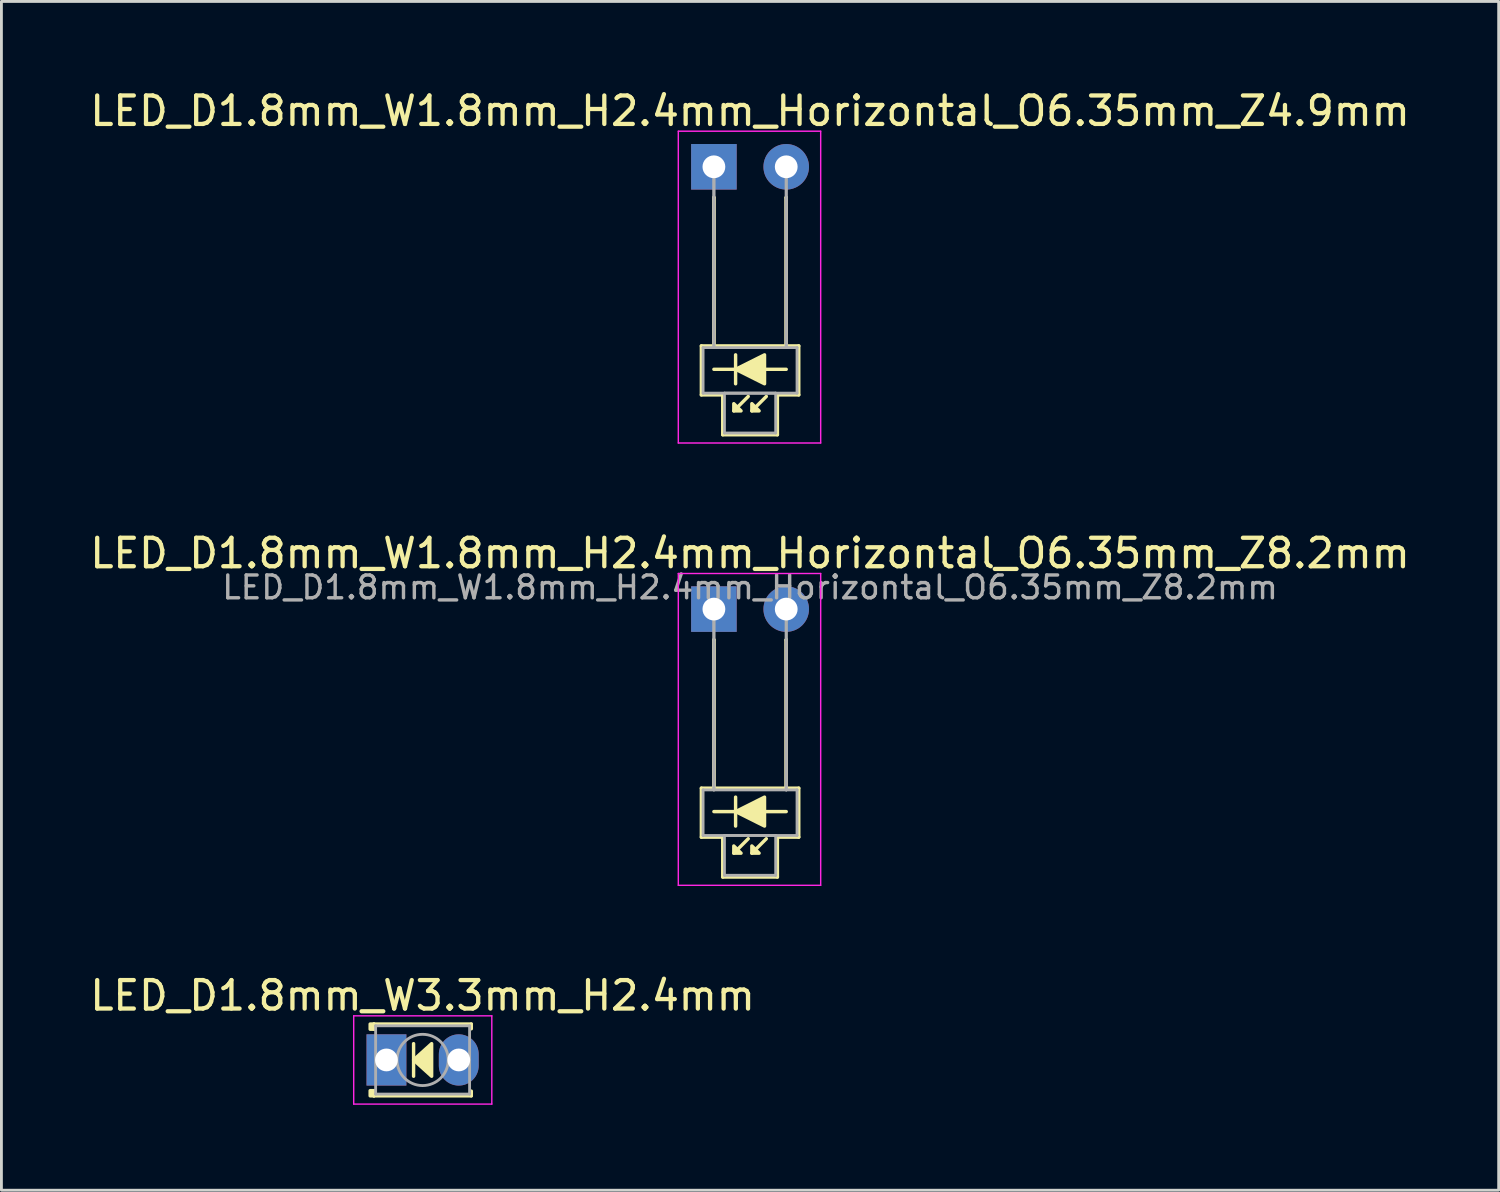
<source format=kicad_pcb>
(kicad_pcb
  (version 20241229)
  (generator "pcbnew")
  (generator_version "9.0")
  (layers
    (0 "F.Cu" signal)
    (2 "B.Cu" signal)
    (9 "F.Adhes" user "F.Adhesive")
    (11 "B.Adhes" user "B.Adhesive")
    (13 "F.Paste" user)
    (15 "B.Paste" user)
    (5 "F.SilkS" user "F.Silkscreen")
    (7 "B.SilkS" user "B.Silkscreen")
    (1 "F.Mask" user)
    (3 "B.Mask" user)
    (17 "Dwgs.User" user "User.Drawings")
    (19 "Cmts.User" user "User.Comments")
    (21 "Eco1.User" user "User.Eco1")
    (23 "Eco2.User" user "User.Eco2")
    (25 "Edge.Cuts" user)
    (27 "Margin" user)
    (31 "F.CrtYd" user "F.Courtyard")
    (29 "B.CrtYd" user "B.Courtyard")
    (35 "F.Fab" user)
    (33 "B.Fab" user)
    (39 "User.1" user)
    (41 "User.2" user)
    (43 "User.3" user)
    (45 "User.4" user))
  (footprint "LED_D1.8mm_W1.8mm_H2.4mm_Horizontal_O6.35mm_Z4.9mm"
    (layer "F.Cu")
    (at 22.022 2.808)
    (property "Reference" "LED_D1.8mm_W1.8mm_H2.4mm_Horizontal_O6.35mm_Z4.9mm" (at 1.27 -1.96 0) (layer "F.SilkS") (effects (font (size 1 1) (thickness 0.15))))
    (fp_line (start -0.44 6.29) (end -0.44 8.01) (stroke (width 0.12) (type solid)) (layer "F.SilkS"))
    (fp_line (start 0 1.08) (end 0 1.08) (stroke (width 0.12) (type solid)) (layer "F.SilkS"))
    (fp_line (start 0 1.08) (end 0 6.29) (stroke (width 0.12) (type solid)) (layer "F.SilkS"))
    (fp_line (start 0 6.29) (end 0 1.08) (stroke (width 0.12) (type solid)) (layer "F.SilkS"))
    (fp_line (start 0 6.29) (end 0 6.29) (stroke (width 0.12) (type solid)) (layer "F.SilkS"))
    (fp_line (start 0.31 8.01) (end -0.44 8.01) (stroke (width 0.12) (type solid)) (layer "F.SilkS"))
    (fp_line (start 0.31 8.01) (end 0.31 9.41) (stroke (width 0.12) (type solid)) (layer "F.SilkS"))
    (fp_line (start 0.31 9.41) (end 2.23 9.41) (stroke (width 0.12) (type solid)) (layer "F.SilkS"))
    (fp_line (start 0.762 6.604) (end 0.762 7.62) (stroke (width 0.12) (type solid)) (layer "F.SilkS"))
    (fp_line (start 1.206 8.065) (end 0.699 8.572) (stroke (width 0.12) (type solid)) (layer "F.SilkS"))
    (fp_line (start 1.841 8.065) (end 1.333 8.572) (stroke (width 0.12) (type solid)) (layer "F.SilkS"))
    (fp_line (start 2.23 9.41) (end 2.23 8.01) (stroke (width 0.12) (type solid)) (layer "F.SilkS"))
    (fp_line (start 2.54 1.08) (end 2.54 1.08) (stroke (width 0.12) (type solid)) (layer "F.SilkS"))
    (fp_line (start 2.54 1.08) (end 2.54 6.29) (stroke (width 0.12) (type solid)) (layer "F.SilkS"))
    (fp_line (start 2.54 6.29) (end 2.54 1.08) (stroke (width 0.12) (type solid)) (layer "F.SilkS"))
    (fp_line (start 2.54 6.29) (end 2.54 6.29) (stroke (width 0.12) (type solid)) (layer "F.SilkS"))
    (fp_line (start 2.54 7.112) (end 0 7.112) (stroke (width 0.12) (type solid)) (layer "F.SilkS"))
    (fp_line (start 2.98 6.29) (end -0.44 6.29) (stroke (width 0.12) (type solid)) (layer "F.SilkS"))
    (fp_line (start 2.98 8.01) (end 2.23 8.01) (stroke (width 0.12) (type solid)) (layer "F.SilkS"))
    (fp_line (start 2.98 8.01) (end 2.98 6.29) (stroke (width 0.12) (type solid)) (layer "F.SilkS"))
    (fp_poly (pts (xy 0.699 8.319) (xy 0.953 8.572) (xy 0.699 8.572)) (stroke (width 0.12) (type solid)) (fill yes) (layer "F.SilkS"))
    (fp_poly (pts (xy 1.333 8.319) (xy 1.587 8.572) (xy 1.333 8.572)) (stroke (width 0.12) (type solid)) (fill yes) (layer "F.SilkS"))
    (fp_poly (pts (xy 1.778 7.62) (xy 0.762 7.112) (xy 1.778 6.604)) (stroke (width 0.12) (type solid)) (fill yes) (layer "F.SilkS"))
    (fp_line (start -1.25 -1.25) (end -1.25 9.7) (stroke (width 0.05) (type solid)) (layer "F.CrtYd"))
    (fp_line (start -1.25 9.7) (end 3.75 9.7) (stroke (width 0.05) (type solid)) (layer "F.CrtYd"))
    (fp_line (start 3.75 -1.25) (end -1.25 -1.25) (stroke (width 0.05) (type solid)) (layer "F.CrtYd"))
    (fp_line (start 3.75 9.7) (end 3.75 -1.25) (stroke (width 0.05) (type solid)) (layer "F.CrtYd"))
    (fp_line (start -0.38 6.35) (end -0.38 7.95) (stroke (width 0.1) (type solid)) (layer "F.Fab"))
    (fp_line (start -0.38 7.95) (end 2.92 7.95) (stroke (width 0.1) (type solid)) (layer "F.Fab"))
    (fp_line (start 0 0) (end 0 0) (stroke (width 0.1) (type solid)) (layer "F.Fab"))
    (fp_line (start 0 0) (end 0 6.35) (stroke (width 0.1) (type solid)) (layer "F.Fab"))
    (fp_line (start 0 6.35) (end 0 0) (stroke (width 0.1) (type solid)) (layer "F.Fab"))
    (fp_line (start 0 6.35) (end 0 6.35) (stroke (width 0.1) (type solid)) (layer "F.Fab"))
    (fp_line (start 0.37 7.95) (end 0.37 9.35) (stroke (width 0.1) (type solid)) (layer "F.Fab"))
    (fp_line (start 0.37 9.35) (end 2.17 9.35) (stroke (width 0.1) (type solid)) (layer "F.Fab"))
    (fp_line (start 2.17 7.95) (end 0.37 7.95) (stroke (width 0.1) (type solid)) (layer "F.Fab"))
    (fp_line (start 2.17 9.35) (end 2.17 7.95) (stroke (width 0.1) (type solid)) (layer "F.Fab"))
    (fp_line (start 2.54 0) (end 2.54 0) (stroke (width 0.1) (type solid)) (layer "F.Fab"))
    (fp_line (start 2.54 0) (end 2.54 6.35) (stroke (width 0.1) (type solid)) (layer "F.Fab"))
    (fp_line (start 2.54 6.35) (end 2.54 0) (stroke (width 0.1) (type solid)) (layer "F.Fab"))
    (fp_line (start 2.54 6.35) (end 2.54 6.35) (stroke (width 0.1) (type solid)) (layer "F.Fab"))
    (fp_line (start 2.92 6.35) (end -0.38 6.35) (stroke (width 0.1) (type solid)) (layer "F.Fab"))
    (fp_line (start 2.92 7.95) (end 2.92 6.35) (stroke (width 0.1) (type solid)) (layer "F.Fab"))
    (pad "1" thru_hole rect (at 0 0) (size 1.6 1.6) (drill 0.8) (layers "*.Cu" "*.Mask"))
    (pad "2" thru_hole circle (at 2.54 0) (size 1.6 1.6) (drill 0.8) (layers "*.Cu" "*.Mask")))
  (footprint "LED_D1.8mm_W1.8mm_H2.4mm_Horizontal_O6.35mm_Z8.2mm"
    (layer "F.Cu")
    (at 22.022 18.341)
    (property "Reference" "LED_D1.8mm_W1.8mm_H2.4mm_Horizontal_O6.35mm_Z8.2mm" (at 1.27 -1.96 0) (layer "F.SilkS") (effects (font (size 1 1) (thickness 0.15))))
    (fp_line (start -0.44 6.29) (end -0.44 8.01) (stroke (width 0.12) (type solid)) (layer "F.SilkS"))
    (fp_line (start 0 1.08) (end 0 1.08) (stroke (width 0.12) (type solid)) (layer "F.SilkS"))
    (fp_line (start 0 1.08) (end 0 6.29) (stroke (width 0.12) (type solid)) (layer "F.SilkS"))
    (fp_line (start 0 6.29) (end 0 1.08) (stroke (width 0.12) (type solid)) (layer "F.SilkS"))
    (fp_line (start 0 6.29) (end 0 6.29) (stroke (width 0.12) (type solid)) (layer "F.SilkS"))
    (fp_line (start 0.31 8.01) (end -0.44 8.01) (stroke (width 0.12) (type solid)) (layer "F.SilkS"))
    (fp_line (start 0.31 8.01) (end 0.31 9.41) (stroke (width 0.12) (type solid)) (layer "F.SilkS"))
    (fp_line (start 0.31 9.41) (end 2.23 9.41) (stroke (width 0.12) (type solid)) (layer "F.SilkS"))
    (fp_line (start 0.762 6.604) (end 0.762 7.62) (stroke (width 0.12) (type solid)) (layer "F.SilkS"))
    (fp_line (start 1.206 8.065) (end 0.699 8.572) (stroke (width 0.12) (type solid)) (layer "F.SilkS"))
    (fp_line (start 1.841 8.065) (end 1.333 8.572) (stroke (width 0.12) (type solid)) (layer "F.SilkS"))
    (fp_line (start 2.23 9.41) (end 2.23 8.01) (stroke (width 0.12) (type solid)) (layer "F.SilkS"))
    (fp_line (start 2.54 1.08) (end 2.54 1.08) (stroke (width 0.12) (type solid)) (layer "F.SilkS"))
    (fp_line (start 2.54 1.08) (end 2.54 6.29) (stroke (width 0.12) (type solid)) (layer "F.SilkS"))
    (fp_line (start 2.54 6.29) (end 2.54 1.08) (stroke (width 0.12) (type solid)) (layer "F.SilkS"))
    (fp_line (start 2.54 6.29) (end 2.54 6.29) (stroke (width 0.12) (type solid)) (layer "F.SilkS"))
    (fp_line (start 2.54 7.112) (end 0 7.112) (stroke (width 0.12) (type solid)) (layer "F.SilkS"))
    (fp_line (start 2.98 6.29) (end -0.44 6.29) (stroke (width 0.12) (type solid)) (layer "F.SilkS"))
    (fp_line (start 2.98 8.01) (end 2.23 8.01) (stroke (width 0.12) (type solid)) (layer "F.SilkS"))
    (fp_line (start 2.98 8.01) (end 2.98 6.29) (stroke (width 0.12) (type solid)) (layer "F.SilkS"))
    (fp_poly (pts (xy 0.699 8.319) (xy 0.953 8.572) (xy 0.699 8.572)) (stroke (width 0.12) (type solid)) (fill yes) (layer "F.SilkS"))
    (fp_poly (pts (xy 1.333 8.319) (xy 1.587 8.572) (xy 1.333 8.572)) (stroke (width 0.12) (type solid)) (fill yes) (layer "F.SilkS"))
    (fp_poly (pts (xy 1.778 7.62) (xy 0.762 7.112) (xy 1.778 6.604)) (stroke (width 0.12) (type solid)) (fill yes) (layer "F.SilkS"))
    (fp_line (start -1.25 -1.25) (end -1.25 9.7) (stroke (width 0.05) (type solid)) (layer "F.CrtYd"))
    (fp_line (start -1.25 9.7) (end 3.75 9.7) (stroke (width 0.05) (type solid)) (layer "F.CrtYd"))
    (fp_line (start 3.75 -1.25) (end -1.25 -1.25) (stroke (width 0.05) (type solid)) (layer "F.CrtYd"))
    (fp_line (start 3.75 9.7) (end 3.75 -1.25) (stroke (width 0.05) (type solid)) (layer "F.CrtYd"))
    (fp_line (start -0.38 6.35) (end -0.38 7.95) (stroke (width 0.1) (type solid)) (layer "F.Fab"))
    (fp_line (start -0.38 7.95) (end 2.92 7.95) (stroke (width 0.1) (type solid)) (layer "F.Fab"))
    (fp_line (start 0 0) (end 0 0) (stroke (width 0.1) (type solid)) (layer "F.Fab"))
    (fp_line (start 0 0) (end 0 6.35) (stroke (width 0.1) (type solid)) (layer "F.Fab"))
    (fp_line (start 0 6.35) (end 0 0) (stroke (width 0.1) (type solid)) (layer "F.Fab"))
    (fp_line (start 0 6.35) (end 0 6.35) (stroke (width 0.1) (type solid)) (layer "F.Fab"))
    (fp_line (start 0.37 7.95) (end 0.37 9.35) (stroke (width 0.1) (type solid)) (layer "F.Fab"))
    (fp_line (start 0.37 9.35) (end 2.17 9.35) (stroke (width 0.1) (type solid)) (layer "F.Fab"))
    (fp_line (start 2.17 7.95) (end 0.37 7.95) (stroke (width 0.1) (type solid)) (layer "F.Fab"))
    (fp_line (start 2.17 9.35) (end 2.17 7.95) (stroke (width 0.1) (type solid)) (layer "F.Fab"))
    (fp_line (start 2.54 0) (end 2.54 0) (stroke (width 0.1) (type solid)) (layer "F.Fab"))
    (fp_line (start 2.54 0) (end 2.54 6.35) (stroke (width 0.1) (type solid)) (layer "F.Fab"))
    (fp_line (start 2.54 6.35) (end 2.54 0) (stroke (width 0.1) (type solid)) (layer "F.Fab"))
    (fp_line (start 2.54 6.35) (end 2.54 6.35) (stroke (width 0.1) (type solid)) (layer "F.Fab"))
    (fp_line (start 2.92 6.35) (end -0.38 6.35) (stroke (width 0.1) (type solid)) (layer "F.Fab"))
    (fp_line (start 2.92 7.95) (end 2.92 6.35) (stroke (width 0.1) (type solid)) (layer "F.Fab"))
    (fp_text user "${REFERENCE}" (at 1.27 -0.762 0) (layer "F.Fab") (effects (font (size 0.8 0.8) (thickness 0.12))))
    (pad "1" thru_hole rect (at 0 0) (size 1.6 1.6) (drill 0.8) (layers "*.Cu" "*.Mask"))
    (pad "2" thru_hole circle (at 2.54 0) (size 1.6 1.6) (drill 0.8) (layers "*.Cu" "*.Mask")))
  (footprint "LED_D1.8mm_W3.3mm_H2.4mm"
    (layer "F.Cu")
    (at 10.522 34.175)
    (property "Reference" "LED_D1.8mm_W3.3mm_H2.4mm" (at 1.27 -2.26 0) (layer "F.SilkS") (effects (font (size 1 1) (thickness 0.15))))
    (fp_line (start -0.44 -1.26) (end -0.44 -1.08) (stroke (width 0.12) (type solid)) (layer "F.SilkS"))
    (fp_line (start -0.44 -1.26) (end 2.98 -1.26) (stroke (width 0.12) (type solid)) (layer "F.SilkS"))
    (fp_line (start -0.44 1.08) (end -0.44 1.26) (stroke (width 0.12) (type solid)) (layer "F.SilkS"))
    (fp_line (start -0.44 1.26) (end 2.98 1.26) (stroke (width 0.12) (type solid)) (layer "F.SilkS"))
    (fp_line (start 0.953 -0.572) (end 0.953 0.572) (stroke (width 0.12) (type solid)) (layer "F.SilkS"))
    (fp_line (start 2.98 -1.26) (end 2.98 -1.095) (stroke (width 0.12) (type solid)) (layer "F.SilkS"))
    (fp_line (start 2.98 1.095) (end 2.98 1.26) (stroke (width 0.12) (type solid)) (layer "F.SilkS"))
    (fp_rect (start -0.572 -1.26) (end -0.44 -1.079) (stroke (width 0.12) (type solid)) (fill yes) (layer "F.SilkS"))
    (fp_rect (start -0.572 1.079) (end -0.44 1.26) (stroke (width 0.12) (type solid)) (fill yes) (layer "F.SilkS"))
    (fp_poly (pts (xy 1.587 0.572) (xy 0.953 0) (xy 1.587 -0.572)) (stroke (width 0.12) (type solid)) (fill yes) (layer "F.SilkS"))
    (fp_line (start -1.15 -1.55) (end -1.15 1.55) (stroke (width 0.05) (type solid)) (layer "F.CrtYd"))
    (fp_line (start -1.15 1.55) (end 3.7 1.55) (stroke (width 0.05) (type solid)) (layer "F.CrtYd"))
    (fp_line (start 3.7 -1.55) (end -1.15 -1.55) (stroke (width 0.05) (type solid)) (layer "F.CrtYd"))
    (fp_line (start 3.7 1.55) (end 3.7 -1.55) (stroke (width 0.05) (type solid)) (layer "F.CrtYd"))
    (fp_line (start -0.38 -1.2) (end -0.38 1.2) (stroke (width 0.1) (type solid)) (layer "F.Fab"))
    (fp_line (start -0.38 1.2) (end 2.92 1.2) (stroke (width 0.1) (type solid)) (layer "F.Fab"))
    (fp_line (start 2.92 -1.2) (end -0.38 -1.2) (stroke (width 0.1) (type solid)) (layer "F.Fab"))
    (fp_line (start 2.92 1.2) (end 2.92 -1.2) (stroke (width 0.1) (type solid)) (layer "F.Fab"))
    (fp_circle (center 1.27 0) (end 2.17 0) (stroke (width 0.1) (type solid)) (fill no) (layer "F.Fab"))
    (pad "1" thru_hole rect (at 0 0) (size 1.4 1.8) (drill 0.8) (layers "*.Cu" "*.Mask"))
    (pad "2" thru_hole oval (at 2.54 0) (size 1.4 1.8) (drill 0.8) (layers "*.Cu" "*.Mask")))
  (gr_rect
    (start -3 -3)
    (end 49.583 38.75)
    (stroke (width 0.1) (type default))
    (fill no)
    (layer "Edge.Cuts")))
</source>
